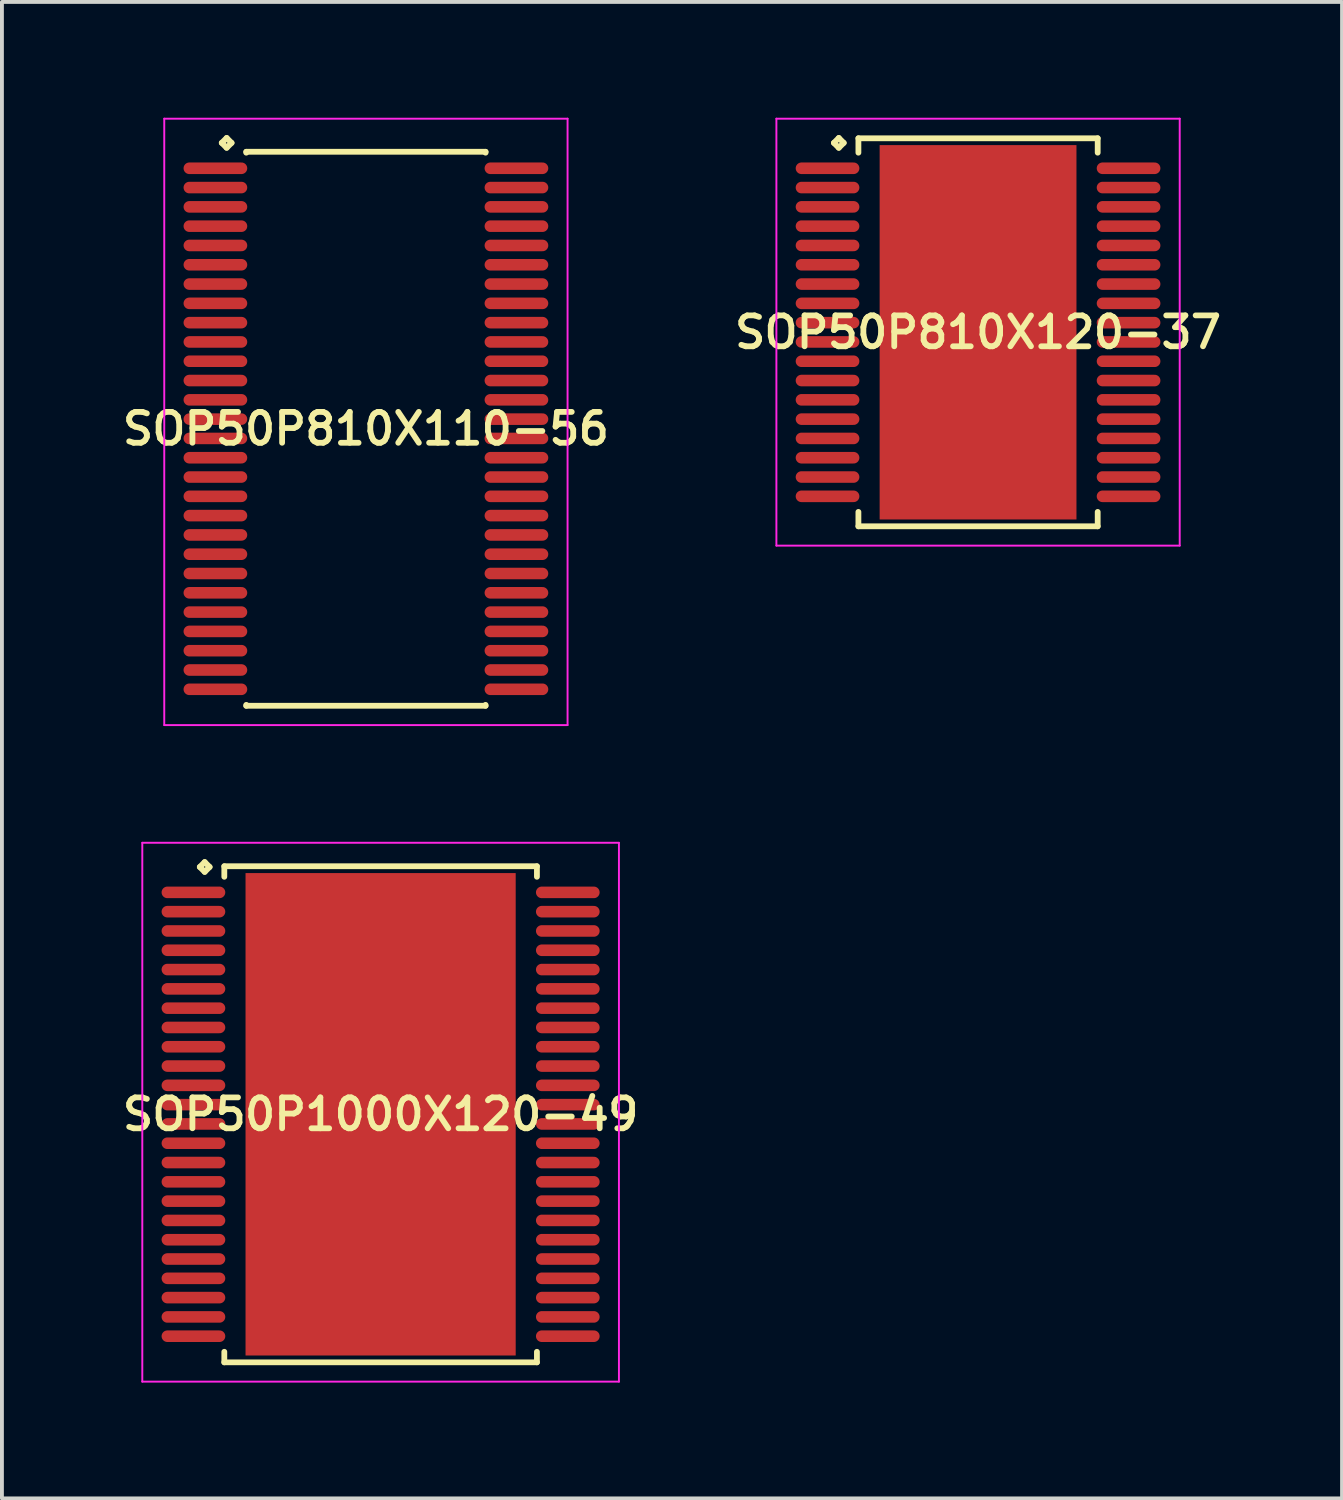
<source format=kicad_pcb>
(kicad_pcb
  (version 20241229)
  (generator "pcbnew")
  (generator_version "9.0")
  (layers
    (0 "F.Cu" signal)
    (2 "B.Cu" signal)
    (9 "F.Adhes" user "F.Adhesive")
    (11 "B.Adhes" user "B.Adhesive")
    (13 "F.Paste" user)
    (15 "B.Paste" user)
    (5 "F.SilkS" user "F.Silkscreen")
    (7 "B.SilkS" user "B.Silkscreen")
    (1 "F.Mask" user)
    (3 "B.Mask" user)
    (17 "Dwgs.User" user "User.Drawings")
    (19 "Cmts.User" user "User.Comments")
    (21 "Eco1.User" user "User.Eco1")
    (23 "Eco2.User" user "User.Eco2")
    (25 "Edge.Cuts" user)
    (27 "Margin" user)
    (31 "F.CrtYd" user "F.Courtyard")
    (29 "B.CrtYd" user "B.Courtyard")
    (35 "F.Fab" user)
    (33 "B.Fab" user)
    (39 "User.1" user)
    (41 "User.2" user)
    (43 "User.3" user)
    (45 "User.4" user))
  (footprint "SOP50P810X120-37"
    (layer "F.Cu")
    (at 22.292 5.56)
    (property "Reference" "SOP50P810X120-37" (at 0 0 0) (layer "F.SilkS") (effects (font (size 0.8 0.8) (thickness 0.15))))
    (attr smd)
    (fp_line (start -3.735 -4.908) (end -3.608 -5.035) (stroke (width 0.15) (type solid)) (layer "F.SilkS"))
    (fp_line (start -3.608 -5.035) (end -3.481 -4.908) (stroke (width 0.15) (type solid)) (layer "F.SilkS"))
    (fp_line (start -3.608 -4.781) (end -3.735 -4.908) (stroke (width 0.15) (type solid)) (layer "F.SilkS"))
    (fp_line (start -3.481 -4.908) (end -3.608 -4.781) (stroke (width 0.15) (type solid)) (layer "F.SilkS"))
    (fp_line (start -3.1 -5.027) (end 3.1 -5.027) (stroke (width 0.15) (type solid)) (layer "F.SilkS"))
    (fp_line (start -3.1 -4.654) (end -3.1 -5.027) (stroke (width 0.15) (type solid)) (layer "F.SilkS"))
    (fp_line (start -3.1 4.654) (end -3.1 5.027) (stroke (width 0.15) (type solid)) (layer "F.SilkS"))
    (fp_line (start -3.1 5.027) (end 3.1 5.027) (stroke (width 0.15) (type solid)) (layer "F.SilkS"))
    (fp_line (start 3.1 -5.027) (end 3.1 -4.654) (stroke (width 0.15) (type solid)) (layer "F.SilkS"))
    (fp_line (start 3.1 5.027) (end 3.1 4.654) (stroke (width 0.15) (type solid)) (layer "F.SilkS"))
    (fp_line (start -5.225 -5.535) (end 5.225 -5.535) (stroke (width 0.05) (type solid)) (layer "F.CrtYd"))
    (fp_line (start -5.225 5.527) (end -5.225 -5.535) (stroke (width 0.05) (type solid)) (layer "F.CrtYd"))
    (fp_line (start 5.225 -5.535) (end 5.225 5.527) (stroke (width 0.05) (type solid)) (layer "F.CrtYd"))
    (fp_line (start 5.225 5.527) (end -5.225 5.527) (stroke (width 0.05) (type solid)) (layer "F.CrtYd"))
    (pad "1" smd oval (at -3.9 -4.25) (size 1.65 0.3) (layers "F.Cu" "F.Mask" "F.Paste"))
    (pad "2" smd oval (at -3.9 -3.75) (size 1.65 0.3) (layers "F.Cu" "F.Mask" "F.Paste"))
    (pad "3" smd oval (at -3.9 -3.25) (size 1.65 0.3) (layers "F.Cu" "F.Mask" "F.Paste"))
    (pad "4" smd oval (at -3.9 -2.75) (size 1.65 0.3) (layers "F.Cu" "F.Mask" "F.Paste"))
    (pad "5" smd oval (at -3.9 -2.25) (size 1.65 0.3) (layers "F.Cu" "F.Mask" "F.Paste"))
    (pad "6" smd oval (at -3.9 -1.75) (size 1.65 0.3) (layers "F.Cu" "F.Mask" "F.Paste"))
    (pad "7" smd oval (at -3.9 -1.25) (size 1.65 0.3) (layers "F.Cu" "F.Mask" "F.Paste"))
    (pad "8" smd oval (at -3.9 -0.75) (size 1.65 0.3) (layers "F.Cu" "F.Mask" "F.Paste"))
    (pad "9" smd oval (at -3.9 -0.25) (size 1.65 0.3) (layers "F.Cu" "F.Mask" "F.Paste"))
    (pad "10" smd oval (at -3.9 0.25) (size 1.65 0.3) (layers "F.Cu" "F.Mask" "F.Paste"))
    (pad "11" smd oval (at -3.9 0.75) (size 1.65 0.3) (layers "F.Cu" "F.Mask" "F.Paste"))
    (pad "12" smd oval (at -3.9 1.25) (size 1.65 0.3) (layers "F.Cu" "F.Mask" "F.Paste"))
    (pad "13" smd oval (at -3.9 1.75) (size 1.65 0.3) (layers "F.Cu" "F.Mask" "F.Paste"))
    (pad "14" smd oval (at -3.9 2.25) (size 1.65 0.3) (layers "F.Cu" "F.Mask" "F.Paste"))
    (pad "15" smd oval (at -3.9 2.75) (size 1.65 0.3) (layers "F.Cu" "F.Mask" "F.Paste"))
    (pad "16" smd oval (at -3.9 3.25) (size 1.65 0.3) (layers "F.Cu" "F.Mask" "F.Paste"))
    (pad "17" smd oval (at -3.9 3.75) (size 1.65 0.3) (layers "F.Cu" "F.Mask" "F.Paste"))
    (pad "18" smd oval (at -3.9 4.25) (size 1.65 0.3) (layers "F.Cu" "F.Mask" "F.Paste"))
    (pad "19" smd oval (at 3.9 4.25) (size 1.65 0.3) (layers "F.Cu" "F.Mask" "F.Paste"))
    (pad "20" smd oval (at 3.9 3.75) (size 1.65 0.3) (layers "F.Cu" "F.Mask" "F.Paste"))
    (pad "21" smd oval (at 3.9 3.25) (size 1.65 0.3) (layers "F.Cu" "F.Mask" "F.Paste"))
    (pad "22" smd oval (at 3.9 2.75) (size 1.65 0.3) (layers "F.Cu" "F.Mask" "F.Paste"))
    (pad "23" smd oval (at 3.9 2.25) (size 1.65 0.3) (layers "F.Cu" "F.Mask" "F.Paste"))
    (pad "24" smd oval (at 3.9 1.75) (size 1.65 0.3) (layers "F.Cu" "F.Mask" "F.Paste"))
    (pad "25" smd oval (at 3.9 1.25) (size 1.65 0.3) (layers "F.Cu" "F.Mask" "F.Paste"))
    (pad "26" smd oval (at 3.9 0.75) (size 1.65 0.3) (layers "F.Cu" "F.Mask" "F.Paste"))
    (pad "27" smd oval (at 3.9 0.25) (size 1.65 0.3) (layers "F.Cu" "F.Mask" "F.Paste"))
    (pad "28" smd oval (at 3.9 -0.25) (size 1.65 0.3) (layers "F.Cu" "F.Mask" "F.Paste"))
    (pad "29" smd oval (at 3.9 -0.75) (size 1.65 0.3) (layers "F.Cu" "F.Mask" "F.Paste"))
    (pad "30" smd oval (at 3.9 -1.25) (size 1.65 0.3) (layers "F.Cu" "F.Mask" "F.Paste"))
    (pad "31" smd oval (at 3.9 -1.75) (size 1.65 0.3) (layers "F.Cu" "F.Mask" "F.Paste"))
    (pad "32" smd oval (at 3.9 -2.25) (size 1.65 0.3) (layers "F.Cu" "F.Mask" "F.Paste"))
    (pad "33" smd oval (at 3.9 -2.75) (size 1.65 0.3) (layers "F.Cu" "F.Mask" "F.Paste"))
    (pad "34" smd oval (at 3.9 -3.25) (size 1.65 0.3) (layers "F.Cu" "F.Mask" "F.Paste"))
    (pad "35" smd oval (at 3.9 -3.75) (size 1.65 0.3) (layers "F.Cu" "F.Mask" "F.Paste"))
    (pad "36" smd oval (at 3.9 -4.25) (size 1.65 0.3) (layers "F.Cu" "F.Mask" "F.Paste"))
    (pad "37" smd rect (at 0 0) (size 5.1 9.7) (layers "F.Cu" "F.Mask" "F.Paste")))
  (footprint "SOP50P1000X120-49"
    (layer "F.Cu")
    (at 6.812 25.822)
    (property "Reference" "SOP50P1000X120-49" (at 0 0 0) (layer "F.SilkS") (effects (font (size 0.8 0.8) (thickness 0.15))))
    (attr smd)
    (fp_line (start -4.685 -6.408) (end -4.558 -6.535) (stroke (width 0.15) (type solid)) (layer "F.SilkS"))
    (fp_line (start -4.558 -6.535) (end -4.431 -6.408) (stroke (width 0.15) (type solid)) (layer "F.SilkS"))
    (fp_line (start -4.558 -6.281) (end -4.685 -6.408) (stroke (width 0.15) (type solid)) (layer "F.SilkS"))
    (fp_line (start -4.431 -6.408) (end -4.558 -6.281) (stroke (width 0.15) (type solid)) (layer "F.SilkS"))
    (fp_line (start -4.05 -6.427) (end 4.05 -6.427) (stroke (width 0.15) (type solid)) (layer "F.SilkS"))
    (fp_line (start -4.05 -6.154) (end -4.05 -6.427) (stroke (width 0.15) (type solid)) (layer "F.SilkS"))
    (fp_line (start -4.05 6.154) (end -4.05 6.427) (stroke (width 0.15) (type solid)) (layer "F.SilkS"))
    (fp_line (start -4.05 6.427) (end 4.05 6.427) (stroke (width 0.15) (type solid)) (layer "F.SilkS"))
    (fp_line (start 4.05 -6.427) (end 4.05 -6.154) (stroke (width 0.15) (type solid)) (layer "F.SilkS"))
    (fp_line (start 4.05 6.427) (end 4.05 6.154) (stroke (width 0.15) (type solid)) (layer "F.SilkS"))
    (fp_line (start -6.175 -7.035) (end 6.175 -7.035) (stroke (width 0.05) (type solid)) (layer "F.CrtYd"))
    (fp_line (start -6.175 6.927) (end -6.175 -7.035) (stroke (width 0.05) (type solid)) (layer "F.CrtYd"))
    (fp_line (start 6.175 -7.035) (end 6.175 6.927) (stroke (width 0.05) (type solid)) (layer "F.CrtYd"))
    (fp_line (start 6.175 6.927) (end -6.175 6.927) (stroke (width 0.05) (type solid)) (layer "F.CrtYd"))
    (pad "1" smd oval (at -4.85 -5.75) (size 1.65 0.3) (layers "F.Cu" "F.Mask" "F.Paste"))
    (pad "2" smd oval (at -4.85 -5.25) (size 1.65 0.3) (layers "F.Cu" "F.Mask" "F.Paste"))
    (pad "3" smd oval (at -4.85 -4.75) (size 1.65 0.3) (layers "F.Cu" "F.Mask" "F.Paste"))
    (pad "4" smd oval (at -4.85 -4.25) (size 1.65 0.3) (layers "F.Cu" "F.Mask" "F.Paste"))
    (pad "5" smd oval (at -4.85 -3.75) (size 1.65 0.3) (layers "F.Cu" "F.Mask" "F.Paste"))
    (pad "6" smd oval (at -4.85 -3.25) (size 1.65 0.3) (layers "F.Cu" "F.Mask" "F.Paste"))
    (pad "7" smd oval (at -4.85 -2.75) (size 1.65 0.3) (layers "F.Cu" "F.Mask" "F.Paste"))
    (pad "8" smd oval (at -4.85 -2.25) (size 1.65 0.3) (layers "F.Cu" "F.Mask" "F.Paste"))
    (pad "9" smd oval (at -4.85 -1.75) (size 1.65 0.3) (layers "F.Cu" "F.Mask" "F.Paste"))
    (pad "10" smd oval (at -4.85 -1.25) (size 1.65 0.3) (layers "F.Cu" "F.Mask" "F.Paste"))
    (pad "11" smd oval (at -4.85 -0.75) (size 1.65 0.3) (layers "F.Cu" "F.Mask" "F.Paste"))
    (pad "12" smd oval (at -4.85 -0.25) (size 1.65 0.3) (layers "F.Cu" "F.Mask" "F.Paste"))
    (pad "13" smd oval (at -4.85 0.25) (size 1.65 0.3) (layers "F.Cu" "F.Mask" "F.Paste"))
    (pad "14" smd oval (at -4.85 0.75) (size 1.65 0.3) (layers "F.Cu" "F.Mask" "F.Paste"))
    (pad "15" smd oval (at -4.85 1.25) (size 1.65 0.3) (layers "F.Cu" "F.Mask" "F.Paste"))
    (pad "16" smd oval (at -4.85 1.75) (size 1.65 0.3) (layers "F.Cu" "F.Mask" "F.Paste"))
    (pad "17" smd oval (at -4.85 2.25) (size 1.65 0.3) (layers "F.Cu" "F.Mask" "F.Paste"))
    (pad "18" smd oval (at -4.85 2.75) (size 1.65 0.3) (layers "F.Cu" "F.Mask" "F.Paste"))
    (pad "19" smd oval (at -4.85 3.25) (size 1.65 0.3) (layers "F.Cu" "F.Mask" "F.Paste"))
    (pad "20" smd oval (at -4.85 3.75) (size 1.65 0.3) (layers "F.Cu" "F.Mask" "F.Paste"))
    (pad "21" smd oval (at -4.85 4.25) (size 1.65 0.3) (layers "F.Cu" "F.Mask" "F.Paste"))
    (pad "22" smd oval (at -4.85 4.75) (size 1.65 0.3) (layers "F.Cu" "F.Mask" "F.Paste"))
    (pad "23" smd oval (at -4.85 5.25) (size 1.65 0.3) (layers "F.Cu" "F.Mask" "F.Paste"))
    (pad "24" smd oval (at -4.85 5.75) (size 1.65 0.3) (layers "F.Cu" "F.Mask" "F.Paste"))
    (pad "25" smd oval (at 4.85 5.75) (size 1.65 0.3) (layers "F.Cu" "F.Mask" "F.Paste"))
    (pad "26" smd oval (at 4.85 5.25) (size 1.65 0.3) (layers "F.Cu" "F.Mask" "F.Paste"))
    (pad "27" smd oval (at 4.85 4.75) (size 1.65 0.3) (layers "F.Cu" "F.Mask" "F.Paste"))
    (pad "28" smd oval (at 4.85 4.25) (size 1.65 0.3) (layers "F.Cu" "F.Mask" "F.Paste"))
    (pad "29" smd oval (at 4.85 3.75) (size 1.65 0.3) (layers "F.Cu" "F.Mask" "F.Paste"))
    (pad "30" smd oval (at 4.85 3.25) (size 1.65 0.3) (layers "F.Cu" "F.Mask" "F.Paste"))
    (pad "31" smd oval (at 4.85 2.75) (size 1.65 0.3) (layers "F.Cu" "F.Mask" "F.Paste"))
    (pad "32" smd oval (at 4.85 2.25) (size 1.65 0.3) (layers "F.Cu" "F.Mask" "F.Paste"))
    (pad "33" smd oval (at 4.85 1.75) (size 1.65 0.3) (layers "F.Cu" "F.Mask" "F.Paste"))
    (pad "34" smd oval (at 4.85 1.25) (size 1.65 0.3) (layers "F.Cu" "F.Mask" "F.Paste"))
    (pad "35" smd oval (at 4.85 0.75) (size 1.65 0.3) (layers "F.Cu" "F.Mask" "F.Paste"))
    (pad "36" smd oval (at 4.85 0.25) (size 1.65 0.3) (layers "F.Cu" "F.Mask" "F.Paste"))
    (pad "37" smd oval (at 4.85 -0.25) (size 1.65 0.3) (layers "F.Cu" "F.Mask" "F.Paste"))
    (pad "38" smd oval (at 4.85 -0.75) (size 1.65 0.3) (layers "F.Cu" "F.Mask" "F.Paste"))
    (pad "39" smd oval (at 4.85 -1.25) (size 1.65 0.3) (layers "F.Cu" "F.Mask" "F.Paste"))
    (pad "40" smd oval (at 4.85 -1.75) (size 1.65 0.3) (layers "F.Cu" "F.Mask" "F.Paste"))
    (pad "41" smd oval (at 4.85 -2.25) (size 1.65 0.3) (layers "F.Cu" "F.Mask" "F.Paste"))
    (pad "42" smd oval (at 4.85 -2.75) (size 1.65 0.3) (layers "F.Cu" "F.Mask" "F.Paste"))
    (pad "43" smd oval (at 4.85 -3.25) (size 1.65 0.3) (layers "F.Cu" "F.Mask" "F.Paste"))
    (pad "44" smd oval (at 4.85 -3.75) (size 1.65 0.3) (layers "F.Cu" "F.Mask" "F.Paste"))
    (pad "45" smd oval (at 4.85 -4.25) (size 1.65 0.3) (layers "F.Cu" "F.Mask" "F.Paste"))
    (pad "46" smd oval (at 4.85 -4.75) (size 1.65 0.3) (layers "F.Cu" "F.Mask" "F.Paste"))
    (pad "47" smd oval (at 4.85 -5.25) (size 1.65 0.3) (layers "F.Cu" "F.Mask" "F.Paste"))
    (pad "48" smd oval (at 4.85 -5.75) (size 1.65 0.3) (layers "F.Cu" "F.Mask" "F.Paste"))
    (pad "49" smd rect (at 0 0) (size 7 12.5) (layers "F.Cu" "F.Mask" "F.Paste")))
  (footprint "SOP50P810X110-56"
    (layer "F.Cu")
    (at 6.431 8.06)
    (property "Reference" "SOP50P810X110-56" (at 0 0 0) (layer "F.SilkS") (effects (font (size 0.8 0.8) (thickness 0.15))))
    (attr smd)
    (fp_line (start -3.735 -7.408) (end -3.608 -7.535) (stroke (width 0.15) (type solid)) (layer "F.SilkS"))
    (fp_line (start -3.608 -7.535) (end -3.481 -7.408) (stroke (width 0.15) (type solid)) (layer "F.SilkS"))
    (fp_line (start -3.608 -7.281) (end -3.735 -7.408) (stroke (width 0.15) (type solid)) (layer "F.SilkS"))
    (fp_line (start -3.481 -7.408) (end -3.608 -7.281) (stroke (width 0.15) (type solid)) (layer "F.SilkS"))
    (fp_line (start -3.1 -7.177) (end 3.1 -7.177) (stroke (width 0.15) (type solid)) (layer "F.SilkS"))
    (fp_line (start -3.1 -7.154) (end -3.1 -7.177) (stroke (width 0.15) (type solid)) (layer "F.SilkS"))
    (fp_line (start -3.1 7.154) (end -3.1 7.177) (stroke (width 0.15) (type solid)) (layer "F.SilkS"))
    (fp_line (start -3.1 7.177) (end 3.1 7.177) (stroke (width 0.15) (type solid)) (layer "F.SilkS"))
    (fp_line (start 3.1 -7.177) (end 3.1 -7.154) (stroke (width 0.15) (type solid)) (layer "F.SilkS"))
    (fp_line (start 3.1 7.177) (end 3.1 7.154) (stroke (width 0.15) (type solid)) (layer "F.SilkS"))
    (fp_line (start -5.225 -8.035) (end 5.225 -8.035) (stroke (width 0.05) (type solid)) (layer "F.CrtYd"))
    (fp_line (start -5.225 7.677) (end -5.225 -8.035) (stroke (width 0.05) (type solid)) (layer "F.CrtYd"))
    (fp_line (start 5.225 -8.035) (end 5.225 7.677) (stroke (width 0.05) (type solid)) (layer "F.CrtYd"))
    (fp_line (start 5.225 7.677) (end -5.225 7.677) (stroke (width 0.05) (type solid)) (layer "F.CrtYd"))
    (pad "1" smd oval (at -3.9 -6.75) (size 1.65 0.3) (layers "F.Cu" "F.Mask" "F.Paste"))
    (pad "2" smd oval (at -3.9 -6.25) (size 1.65 0.3) (layers "F.Cu" "F.Mask" "F.Paste"))
    (pad "3" smd oval (at -3.9 -5.75) (size 1.65 0.3) (layers "F.Cu" "F.Mask" "F.Paste"))
    (pad "4" smd oval (at -3.9 -5.25) (size 1.65 0.3) (layers "F.Cu" "F.Mask" "F.Paste"))
    (pad "5" smd oval (at -3.9 -4.75) (size 1.65 0.3) (layers "F.Cu" "F.Mask" "F.Paste"))
    (pad "6" smd oval (at -3.9 -4.25) (size 1.65 0.3) (layers "F.Cu" "F.Mask" "F.Paste"))
    (pad "7" smd oval (at -3.9 -3.75) (size 1.65 0.3) (layers "F.Cu" "F.Mask" "F.Paste"))
    (pad "8" smd oval (at -3.9 -3.25) (size 1.65 0.3) (layers "F.Cu" "F.Mask" "F.Paste"))
    (pad "9" smd oval (at -3.9 -2.75) (size 1.65 0.3) (layers "F.Cu" "F.Mask" "F.Paste"))
    (pad "10" smd oval (at -3.9 -2.25) (size 1.65 0.3) (layers "F.Cu" "F.Mask" "F.Paste"))
    (pad "11" smd oval (at -3.9 -1.75) (size 1.65 0.3) (layers "F.Cu" "F.Mask" "F.Paste"))
    (pad "12" smd oval (at -3.9 -1.25) (size 1.65 0.3) (layers "F.Cu" "F.Mask" "F.Paste"))
    (pad "13" smd oval (at -3.9 -0.75) (size 1.65 0.3) (layers "F.Cu" "F.Mask" "F.Paste"))
    (pad "14" smd oval (at -3.9 -0.25) (size 1.65 0.3) (layers "F.Cu" "F.Mask" "F.Paste"))
    (pad "15" smd oval (at -3.9 0.25) (size 1.65 0.3) (layers "F.Cu" "F.Mask" "F.Paste"))
    (pad "16" smd oval (at -3.9 0.75) (size 1.65 0.3) (layers "F.Cu" "F.Mask" "F.Paste"))
    (pad "17" smd oval (at -3.9 1.25) (size 1.65 0.3) (layers "F.Cu" "F.Mask" "F.Paste"))
    (pad "18" smd oval (at -3.9 1.75) (size 1.65 0.3) (layers "F.Cu" "F.Mask" "F.Paste"))
    (pad "19" smd oval (at -3.9 2.25) (size 1.65 0.3) (layers "F.Cu" "F.Mask" "F.Paste"))
    (pad "20" smd oval (at -3.9 2.75) (size 1.65 0.3) (layers "F.Cu" "F.Mask" "F.Paste"))
    (pad "21" smd oval (at -3.9 3.25) (size 1.65 0.3) (layers "F.Cu" "F.Mask" "F.Paste"))
    (pad "22" smd oval (at -3.9 3.75) (size 1.65 0.3) (layers "F.Cu" "F.Mask" "F.Paste"))
    (pad "23" smd oval (at -3.9 4.25) (size 1.65 0.3) (layers "F.Cu" "F.Mask" "F.Paste"))
    (pad "24" smd oval (at -3.9 4.75) (size 1.65 0.3) (layers "F.Cu" "F.Mask" "F.Paste"))
    (pad "25" smd oval (at -3.9 5.25) (size 1.65 0.3) (layers "F.Cu" "F.Mask" "F.Paste"))
    (pad "26" smd oval (at -3.9 5.75) (size 1.65 0.3) (layers "F.Cu" "F.Mask" "F.Paste"))
    (pad "27" smd oval (at -3.9 6.25) (size 1.65 0.3) (layers "F.Cu" "F.Mask" "F.Paste"))
    (pad "28" smd oval (at -3.9 6.75) (size 1.65 0.3) (layers "F.Cu" "F.Mask" "F.Paste"))
    (pad "29" smd oval (at 3.9 6.75) (size 1.65 0.3) (layers "F.Cu" "F.Mask" "F.Paste"))
    (pad "30" smd oval (at 3.9 6.25) (size 1.65 0.3) (layers "F.Cu" "F.Mask" "F.Paste"))
    (pad "31" smd oval (at 3.9 5.75) (size 1.65 0.3) (layers "F.Cu" "F.Mask" "F.Paste"))
    (pad "32" smd oval (at 3.9 5.25) (size 1.65 0.3) (layers "F.Cu" "F.Mask" "F.Paste"))
    (pad "33" smd oval (at 3.9 4.75) (size 1.65 0.3) (layers "F.Cu" "F.Mask" "F.Paste"))
    (pad "34" smd oval (at 3.9 4.25) (size 1.65 0.3) (layers "F.Cu" "F.Mask" "F.Paste"))
    (pad "35" smd oval (at 3.9 3.75) (size 1.65 0.3) (layers "F.Cu" "F.Mask" "F.Paste"))
    (pad "36" smd oval (at 3.9 3.25) (size 1.65 0.3) (layers "F.Cu" "F.Mask" "F.Paste"))
    (pad "37" smd oval (at 3.9 2.75) (size 1.65 0.3) (layers "F.Cu" "F.Mask" "F.Paste"))
    (pad "38" smd oval (at 3.9 2.25) (size 1.65 0.3) (layers "F.Cu" "F.Mask" "F.Paste"))
    (pad "39" smd oval (at 3.9 1.75) (size 1.65 0.3) (layers "F.Cu" "F.Mask" "F.Paste"))
    (pad "40" smd oval (at 3.9 1.25) (size 1.65 0.3) (layers "F.Cu" "F.Mask" "F.Paste"))
    (pad "41" smd oval (at 3.9 0.75) (size 1.65 0.3) (layers "F.Cu" "F.Mask" "F.Paste"))
    (pad "42" smd oval (at 3.9 0.25) (size 1.65 0.3) (layers "F.Cu" "F.Mask" "F.Paste"))
    (pad "43" smd oval (at 3.9 -0.25) (size 1.65 0.3) (layers "F.Cu" "F.Mask" "F.Paste"))
    (pad "44" smd oval (at 3.9 -0.75) (size 1.65 0.3) (layers "F.Cu" "F.Mask" "F.Paste"))
    (pad "45" smd oval (at 3.9 -1.25) (size 1.65 0.3) (layers "F.Cu" "F.Mask" "F.Paste"))
    (pad "46" smd oval (at 3.9 -1.75) (size 1.65 0.3) (layers "F.Cu" "F.Mask" "F.Paste"))
    (pad "47" smd oval (at 3.9 -2.25) (size 1.65 0.3) (layers "F.Cu" "F.Mask" "F.Paste"))
    (pad "48" smd oval (at 3.9 -2.75) (size 1.65 0.3) (layers "F.Cu" "F.Mask" "F.Paste"))
    (pad "49" smd oval (at 3.9 -3.25) (size 1.65 0.3) (layers "F.Cu" "F.Mask" "F.Paste"))
    (pad "50" smd oval (at 3.9 -3.75) (size 1.65 0.3) (layers "F.Cu" "F.Mask" "F.Paste"))
    (pad "51" smd oval (at 3.9 -4.25) (size 1.65 0.3) (layers "F.Cu" "F.Mask" "F.Paste"))
    (pad "52" smd oval (at 3.9 -4.75) (size 1.65 0.3) (layers "F.Cu" "F.Mask" "F.Paste"))
    (pad "53" smd oval (at 3.9 -5.25) (size 1.65 0.3) (layers "F.Cu" "F.Mask" "F.Paste"))
    (pad "54" smd oval (at 3.9 -5.75) (size 1.65 0.3) (layers "F.Cu" "F.Mask" "F.Paste"))
    (pad "55" smd oval (at 3.9 -6.25) (size 1.65 0.3) (layers "F.Cu" "F.Mask" "F.Paste"))
    (pad "56" smd oval (at 3.9 -6.75) (size 1.65 0.3) (layers "F.Cu" "F.Mask" "F.Paste")))
  (gr_rect
    (start -3 -3)
    (end 31.723 35.774)
    (stroke (width 0.1) (type default))
    (fill no)
    (layer "Edge.Cuts")))
</source>
